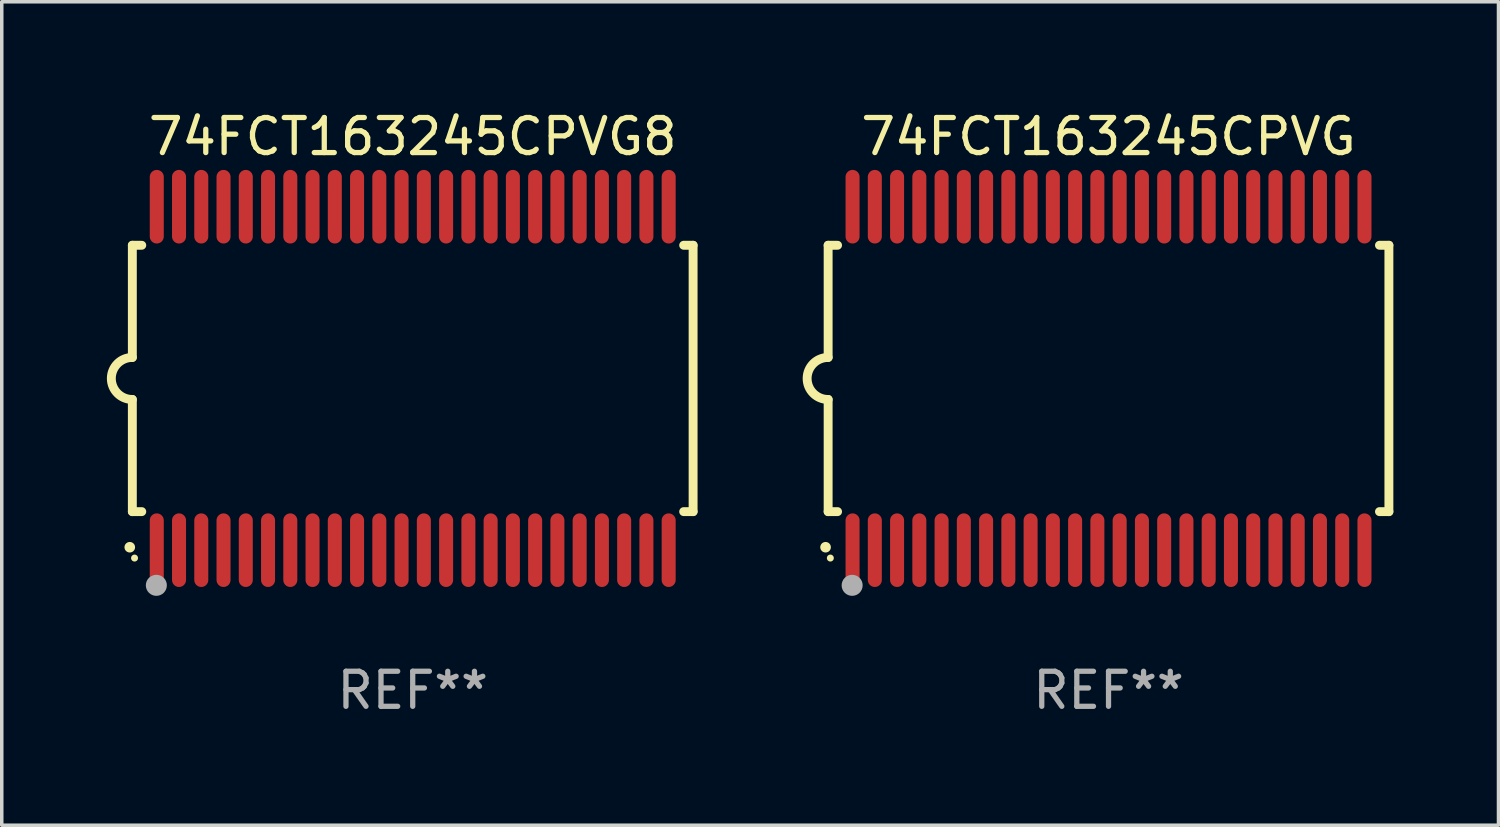
<source format=kicad_pcb>
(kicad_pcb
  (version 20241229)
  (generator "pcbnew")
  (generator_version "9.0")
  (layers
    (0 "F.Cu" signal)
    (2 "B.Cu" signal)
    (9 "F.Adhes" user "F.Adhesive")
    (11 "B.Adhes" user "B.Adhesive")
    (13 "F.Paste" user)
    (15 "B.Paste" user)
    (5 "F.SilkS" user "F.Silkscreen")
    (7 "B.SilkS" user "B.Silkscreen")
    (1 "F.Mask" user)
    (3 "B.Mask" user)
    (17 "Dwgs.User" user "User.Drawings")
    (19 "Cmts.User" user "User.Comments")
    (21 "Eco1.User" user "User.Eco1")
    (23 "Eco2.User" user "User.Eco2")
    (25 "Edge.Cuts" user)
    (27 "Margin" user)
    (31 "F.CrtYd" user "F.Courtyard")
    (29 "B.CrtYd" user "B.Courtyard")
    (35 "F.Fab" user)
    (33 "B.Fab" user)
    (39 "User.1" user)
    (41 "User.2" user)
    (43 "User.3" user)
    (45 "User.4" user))
  (footprint "74FCT163245CPVG8"
    (layer "F.Cu")
    (at 8.726 7.748)
    (property "Reference" "74FCT163245CPVG8" (at 0 -6.9 0) (layer "F.SilkS") (effects (font (size 1 1) (thickness 0.15))))
    (attr through_hole)
    (fp_line (start -8 -3.8) (end -8 -0.599) (stroke (width 0.254) (type solid)) (layer "F.SilkS"))
    (fp_line (start -8 -3.8) (end -7.731 -3.8) (stroke (width 0.254) (type solid)) (layer "F.SilkS"))
    (fp_line (start -8 3.8) (end -8 0.599) (stroke (width 0.254) (type solid)) (layer "F.SilkS"))
    (fp_line (start -7.731 3.8) (end -8 3.8) (stroke (width 0.254) (type solid)) (layer "F.SilkS"))
    (fp_line (start 7.731 -3.8) (end 8 -3.8) (stroke (width 0.254) (type solid)) (layer "F.SilkS"))
    (fp_line (start 8 -3.8) (end 8 3.8) (stroke (width 0.254) (type solid)) (layer "F.SilkS"))
    (fp_line (start 8 3.8) (end 7.731 3.8) (stroke (width 0.254) (type solid)) (layer "F.SilkS"))
    (fp_arc (start -8.074676 4.81585) (mid -8.073406 4.815845) (end -8.072136 4.81585) (stroke (width 0.3) (type solid)) (layer "F.SilkS"))
    (fp_arc (start -8.000025 0.6) (mid -8.598908 0.00056) (end -8.000027 -0.598882) (stroke (width 0.254001) (type solid)) (layer "F.SilkS"))
    (fp_circle (center -7.937 5.125) (end -7.887 5.125) (stroke (width 0.1) (type solid)) (fill no) (layer "F.SilkS"))
    (fp_circle (center -7.315 5.903) (end -7.165 5.903) (stroke (width 0.3) (type solid)) (fill no) (layer "F.Fab"))
    (fp_text user "REF**" (at 0 8.9 0) (layer "F.Fab") (effects (font (size 1 1) (thickness 0.15))))
    (pad "1" smd oval (at -7.303 4.9) (size 0.4 2.1) (layers "F.Cu" "F.Mask" "F.Paste"))
    (pad "2" smd oval (at -6.668 4.9) (size 0.4 2.1) (layers "F.Cu" "F.Mask" "F.Paste"))
    (pad "3" smd oval (at -6.033 4.9) (size 0.4 2.1) (layers "F.Cu" "F.Mask" "F.Paste"))
    (pad "4" smd oval (at -5.398 4.9) (size 0.4 2.1) (layers "F.Cu" "F.Mask" "F.Paste"))
    (pad "5" smd oval (at -4.763 4.9) (size 0.4 2.1) (layers "F.Cu" "F.Mask" "F.Paste"))
    (pad "6" smd oval (at -4.128 4.9) (size 0.4 2.1) (layers "F.Cu" "F.Mask" "F.Paste"))
    (pad "7" smd oval (at -3.493 4.9) (size 0.4 2.1) (layers "F.Cu" "F.Mask" "F.Paste"))
    (pad "8" smd oval (at -2.858 4.9) (size 0.4 2.1) (layers "F.Cu" "F.Mask" "F.Paste"))
    (pad "9" smd oval (at -2.223 4.9) (size 0.4 2.1) (layers "F.Cu" "F.Mask" "F.Paste"))
    (pad "10" smd oval (at -1.588 4.9) (size 0.4 2.1) (layers "F.Cu" "F.Mask" "F.Paste"))
    (pad "11" smd oval (at -0.953 4.9) (size 0.4 2.1) (layers "F.Cu" "F.Mask" "F.Paste"))
    (pad "12" smd oval (at -0.318 4.9) (size 0.4 2.1) (layers "F.Cu" "F.Mask" "F.Paste"))
    (pad "13" smd oval (at 0.318 4.9) (size 0.4 2.1) (layers "F.Cu" "F.Mask" "F.Paste"))
    (pad "14" smd oval (at 0.953 4.9) (size 0.4 2.1) (layers "F.Cu" "F.Mask" "F.Paste"))
    (pad "15" smd oval (at 1.588 4.9) (size 0.4 2.1) (layers "F.Cu" "F.Mask" "F.Paste"))
    (pad "16" smd oval (at 2.223 4.9) (size 0.4 2.1) (layers "F.Cu" "F.Mask" "F.Paste"))
    (pad "17" smd oval (at 2.858 4.9) (size 0.4 2.1) (layers "F.Cu" "F.Mask" "F.Paste"))
    (pad "18" smd oval (at 3.493 4.9) (size 0.4 2.1) (layers "F.Cu" "F.Mask" "F.Paste"))
    (pad "19" smd oval (at 4.128 4.9) (size 0.4 2.1) (layers "F.Cu" "F.Mask" "F.Paste"))
    (pad "20" smd oval (at 4.763 4.9) (size 0.4 2.1) (layers "F.Cu" "F.Mask" "F.Paste"))
    (pad "21" smd oval (at 5.398 4.9) (size 0.4 2.1) (layers "F.Cu" "F.Mask" "F.Paste"))
    (pad "22" smd oval (at 6.033 4.9) (size 0.4 2.1) (layers "F.Cu" "F.Mask" "F.Paste"))
    (pad "23" smd oval (at 6.668 4.9) (size 0.4 2.1) (layers "F.Cu" "F.Mask" "F.Paste"))
    (pad "24" smd oval (at 7.303 4.9) (size 0.4 2.1) (layers "F.Cu" "F.Mask" "F.Paste"))
    (pad "25" smd oval (at 7.303 -4.9 180) (size 0.4 2.1) (layers "F.Cu" "F.Mask" "F.Paste"))
    (pad "26" smd oval (at 6.668 -4.9 180) (size 0.4 2.1) (layers "F.Cu" "F.Mask" "F.Paste"))
    (pad "27" smd oval (at 6.033 -4.9 180) (size 0.4 2.1) (layers "F.Cu" "F.Mask" "F.Paste"))
    (pad "28" smd oval (at 5.398 -4.9 180) (size 0.4 2.1) (layers "F.Cu" "F.Mask" "F.Paste"))
    (pad "29" smd oval (at 4.763 -4.9 180) (size 0.4 2.1) (layers "F.Cu" "F.Mask" "F.Paste"))
    (pad "30" smd oval (at 4.128 -4.9 180) (size 0.4 2.1) (layers "F.Cu" "F.Mask" "F.Paste"))
    (pad "31" smd oval (at 3.493 -4.9 180) (size 0.4 2.1) (layers "F.Cu" "F.Mask" "F.Paste"))
    (pad "32" smd oval (at 2.858 -4.9 180) (size 0.4 2.1) (layers "F.Cu" "F.Mask" "F.Paste"))
    (pad "33" smd oval (at 2.223 -4.9 180) (size 0.4 2.1) (layers "F.Cu" "F.Mask" "F.Paste"))
    (pad "34" smd oval (at 1.588 -4.9 180) (size 0.4 2.1) (layers "F.Cu" "F.Mask" "F.Paste"))
    (pad "35" smd oval (at 0.953 -4.9 180) (size 0.4 2.1) (layers "F.Cu" "F.Mask" "F.Paste"))
    (pad "36" smd oval (at 0.318 -4.9 180) (size 0.4 2.1) (layers "F.Cu" "F.Mask" "F.Paste"))
    (pad "37" smd oval (at -0.318 -4.9 180) (size 0.4 2.1) (layers "F.Cu" "F.Mask" "F.Paste"))
    (pad "38" smd oval (at -0.953 -4.9 180) (size 0.4 2.1) (layers "F.Cu" "F.Mask" "F.Paste"))
    (pad "39" smd oval (at -1.588 -4.9 180) (size 0.4 2.1) (layers "F.Cu" "F.Mask" "F.Paste"))
    (pad "40" smd oval (at -2.223 -4.9 180) (size 0.4 2.1) (layers "F.Cu" "F.Mask" "F.Paste"))
    (pad "41" smd oval (at -2.858 -4.9 180) (size 0.4 2.1) (layers "F.Cu" "F.Mask" "F.Paste"))
    (pad "42" smd oval (at -3.493 -4.9 180) (size 0.4 2.1) (layers "F.Cu" "F.Mask" "F.Paste"))
    (pad "43" smd oval (at -4.128 -4.9 180) (size 0.4 2.1) (layers "F.Cu" "F.Mask" "F.Paste"))
    (pad "44" smd oval (at -4.763 -4.9 180) (size 0.4 2.1) (layers "F.Cu" "F.Mask" "F.Paste"))
    (pad "45" smd oval (at -5.398 -4.9 180) (size 0.4 2.1) (layers "F.Cu" "F.Mask" "F.Paste"))
    (pad "46" smd oval (at -6.033 -4.9 180) (size 0.4 2.1) (layers "F.Cu" "F.Mask" "F.Paste"))
    (pad "47" smd oval (at -6.668 -4.9 180) (size 0.4 2.1) (layers "F.Cu" "F.Mask" "F.Paste"))
    (pad "48" smd oval (at -7.303 -4.9 180) (size 0.4 2.1) (layers "F.Cu" "F.Mask" "F.Paste")))
  (footprint "74FCT163245CPVG"
    (layer "F.Cu")
    (at 28.579 7.748)
    (property "Reference" "74FCT163245CPVG" (at 0 -6.9 0) (layer "F.SilkS") (effects (font (size 1 1) (thickness 0.15))))
    (attr through_hole)
    (fp_line (start -8 -3.8) (end -8 -0.599) (stroke (width 0.254) (type solid)) (layer "F.SilkS"))
    (fp_line (start -8 -3.8) (end -7.731 -3.8) (stroke (width 0.254) (type solid)) (layer "F.SilkS"))
    (fp_line (start -8 3.8) (end -8 0.599) (stroke (width 0.254) (type solid)) (layer "F.SilkS"))
    (fp_line (start -7.731 3.8) (end -8 3.8) (stroke (width 0.254) (type solid)) (layer "F.SilkS"))
    (fp_line (start 7.731 -3.8) (end 8 -3.8) (stroke (width 0.254) (type solid)) (layer "F.SilkS"))
    (fp_line (start 8 -3.8) (end 8 3.8) (stroke (width 0.254) (type solid)) (layer "F.SilkS"))
    (fp_line (start 8 3.8) (end 7.731 3.8) (stroke (width 0.254) (type solid)) (layer "F.SilkS"))
    (fp_arc (start -8.074676 4.81585) (mid -8.073406 4.815845) (end -8.072136 4.81585) (stroke (width 0.3) (type solid)) (layer "F.SilkS"))
    (fp_arc (start -8.000025 0.6) (mid -8.598908 0.00056) (end -8.000027 -0.598882) (stroke (width 0.254001) (type solid)) (layer "F.SilkS"))
    (fp_circle (center -7.937 5.125) (end -7.887 5.125) (stroke (width 0.1) (type solid)) (fill no) (layer "F.SilkS"))
    (fp_circle (center -7.315 5.903) (end -7.165 5.903) (stroke (width 0.3) (type solid)) (fill no) (layer "F.Fab"))
    (fp_text user "REF**" (at 0 8.9 0) (layer "F.Fab") (effects (font (size 1 1) (thickness 0.15))))
    (pad "1" smd oval (at -7.303 4.9) (size 0.4 2.1) (layers "F.Cu" "F.Mask" "F.Paste"))
    (pad "2" smd oval (at -6.668 4.9) (size 0.4 2.1) (layers "F.Cu" "F.Mask" "F.Paste"))
    (pad "3" smd oval (at -6.033 4.9) (size 0.4 2.1) (layers "F.Cu" "F.Mask" "F.Paste"))
    (pad "4" smd oval (at -5.398 4.9) (size 0.4 2.1) (layers "F.Cu" "F.Mask" "F.Paste"))
    (pad "5" smd oval (at -4.763 4.9) (size 0.4 2.1) (layers "F.Cu" "F.Mask" "F.Paste"))
    (pad "6" smd oval (at -4.128 4.9) (size 0.4 2.1) (layers "F.Cu" "F.Mask" "F.Paste"))
    (pad "7" smd oval (at -3.493 4.9) (size 0.4 2.1) (layers "F.Cu" "F.Mask" "F.Paste"))
    (pad "8" smd oval (at -2.858 4.9) (size 0.4 2.1) (layers "F.Cu" "F.Mask" "F.Paste"))
    (pad "9" smd oval (at -2.223 4.9) (size 0.4 2.1) (layers "F.Cu" "F.Mask" "F.Paste"))
    (pad "10" smd oval (at -1.588 4.9) (size 0.4 2.1) (layers "F.Cu" "F.Mask" "F.Paste"))
    (pad "11" smd oval (at -0.953 4.9) (size 0.4 2.1) (layers "F.Cu" "F.Mask" "F.Paste"))
    (pad "12" smd oval (at -0.318 4.9) (size 0.4 2.1) (layers "F.Cu" "F.Mask" "F.Paste"))
    (pad "13" smd oval (at 0.318 4.9) (size 0.4 2.1) (layers "F.Cu" "F.Mask" "F.Paste"))
    (pad "14" smd oval (at 0.953 4.9) (size 0.4 2.1) (layers "F.Cu" "F.Mask" "F.Paste"))
    (pad "15" smd oval (at 1.588 4.9) (size 0.4 2.1) (layers "F.Cu" "F.Mask" "F.Paste"))
    (pad "16" smd oval (at 2.223 4.9) (size 0.4 2.1) (layers "F.Cu" "F.Mask" "F.Paste"))
    (pad "17" smd oval (at 2.858 4.9) (size 0.4 2.1) (layers "F.Cu" "F.Mask" "F.Paste"))
    (pad "18" smd oval (at 3.493 4.9) (size 0.4 2.1) (layers "F.Cu" "F.Mask" "F.Paste"))
    (pad "19" smd oval (at 4.128 4.9) (size 0.4 2.1) (layers "F.Cu" "F.Mask" "F.Paste"))
    (pad "20" smd oval (at 4.763 4.9) (size 0.4 2.1) (layers "F.Cu" "F.Mask" "F.Paste"))
    (pad "21" smd oval (at 5.398 4.9) (size 0.4 2.1) (layers "F.Cu" "F.Mask" "F.Paste"))
    (pad "22" smd oval (at 6.033 4.9) (size 0.4 2.1) (layers "F.Cu" "F.Mask" "F.Paste"))
    (pad "23" smd oval (at 6.668 4.9) (size 0.4 2.1) (layers "F.Cu" "F.Mask" "F.Paste"))
    (pad "24" smd oval (at 7.303 4.9) (size 0.4 2.1) (layers "F.Cu" "F.Mask" "F.Paste"))
    (pad "25" smd oval (at 7.303 -4.9 180) (size 0.4 2.1) (layers "F.Cu" "F.Mask" "F.Paste"))
    (pad "26" smd oval (at 6.668 -4.9 180) (size 0.4 2.1) (layers "F.Cu" "F.Mask" "F.Paste"))
    (pad "27" smd oval (at 6.033 -4.9 180) (size 0.4 2.1) (layers "F.Cu" "F.Mask" "F.Paste"))
    (pad "28" smd oval (at 5.398 -4.9 180) (size 0.4 2.1) (layers "F.Cu" "F.Mask" "F.Paste"))
    (pad "29" smd oval (at 4.763 -4.9 180) (size 0.4 2.1) (layers "F.Cu" "F.Mask" "F.Paste"))
    (pad "30" smd oval (at 4.128 -4.9 180) (size 0.4 2.1) (layers "F.Cu" "F.Mask" "F.Paste"))
    (pad "31" smd oval (at 3.493 -4.9 180) (size 0.4 2.1) (layers "F.Cu" "F.Mask" "F.Paste"))
    (pad "32" smd oval (at 2.858 -4.9 180) (size 0.4 2.1) (layers "F.Cu" "F.Mask" "F.Paste"))
    (pad "33" smd oval (at 2.223 -4.9 180) (size 0.4 2.1) (layers "F.Cu" "F.Mask" "F.Paste"))
    (pad "34" smd oval (at 1.588 -4.9 180) (size 0.4 2.1) (layers "F.Cu" "F.Mask" "F.Paste"))
    (pad "35" smd oval (at 0.953 -4.9 180) (size 0.4 2.1) (layers "F.Cu" "F.Mask" "F.Paste"))
    (pad "36" smd oval (at 0.318 -4.9 180) (size 0.4 2.1) (layers "F.Cu" "F.Mask" "F.Paste"))
    (pad "37" smd oval (at -0.318 -4.9 180) (size 0.4 2.1) (layers "F.Cu" "F.Mask" "F.Paste"))
    (pad "38" smd oval (at -0.953 -4.9 180) (size 0.4 2.1) (layers "F.Cu" "F.Mask" "F.Paste"))
    (pad "39" smd oval (at -1.588 -4.9 180) (size 0.4 2.1) (layers "F.Cu" "F.Mask" "F.Paste"))
    (pad "40" smd oval (at -2.223 -4.9 180) (size 0.4 2.1) (layers "F.Cu" "F.Mask" "F.Paste"))
    (pad "41" smd oval (at -2.858 -4.9 180) (size 0.4 2.1) (layers "F.Cu" "F.Mask" "F.Paste"))
    (pad "42" smd oval (at -3.493 -4.9 180) (size 0.4 2.1) (layers "F.Cu" "F.Mask" "F.Paste"))
    (pad "43" smd oval (at -4.128 -4.9 180) (size 0.4 2.1) (layers "F.Cu" "F.Mask" "F.Paste"))
    (pad "44" smd oval (at -4.763 -4.9 180) (size 0.4 2.1) (layers "F.Cu" "F.Mask" "F.Paste"))
    (pad "45" smd oval (at -5.398 -4.9 180) (size 0.4 2.1) (layers "F.Cu" "F.Mask" "F.Paste"))
    (pad "46" smd oval (at -6.033 -4.9 180) (size 0.4 2.1) (layers "F.Cu" "F.Mask" "F.Paste"))
    (pad "47" smd oval (at -6.668 -4.9 180) (size 0.4 2.1) (layers "F.Cu" "F.Mask" "F.Paste"))
    (pad "48" smd oval (at -7.303 -4.9 180) (size 0.4 2.1) (layers "F.Cu" "F.Mask" "F.Paste")))
  (gr_rect
    (start -3 -3)
    (end 39.706 20.496)
    (stroke (width 0.1) (type default))
    (fill no)
    (layer "Edge.Cuts")))
</source>
